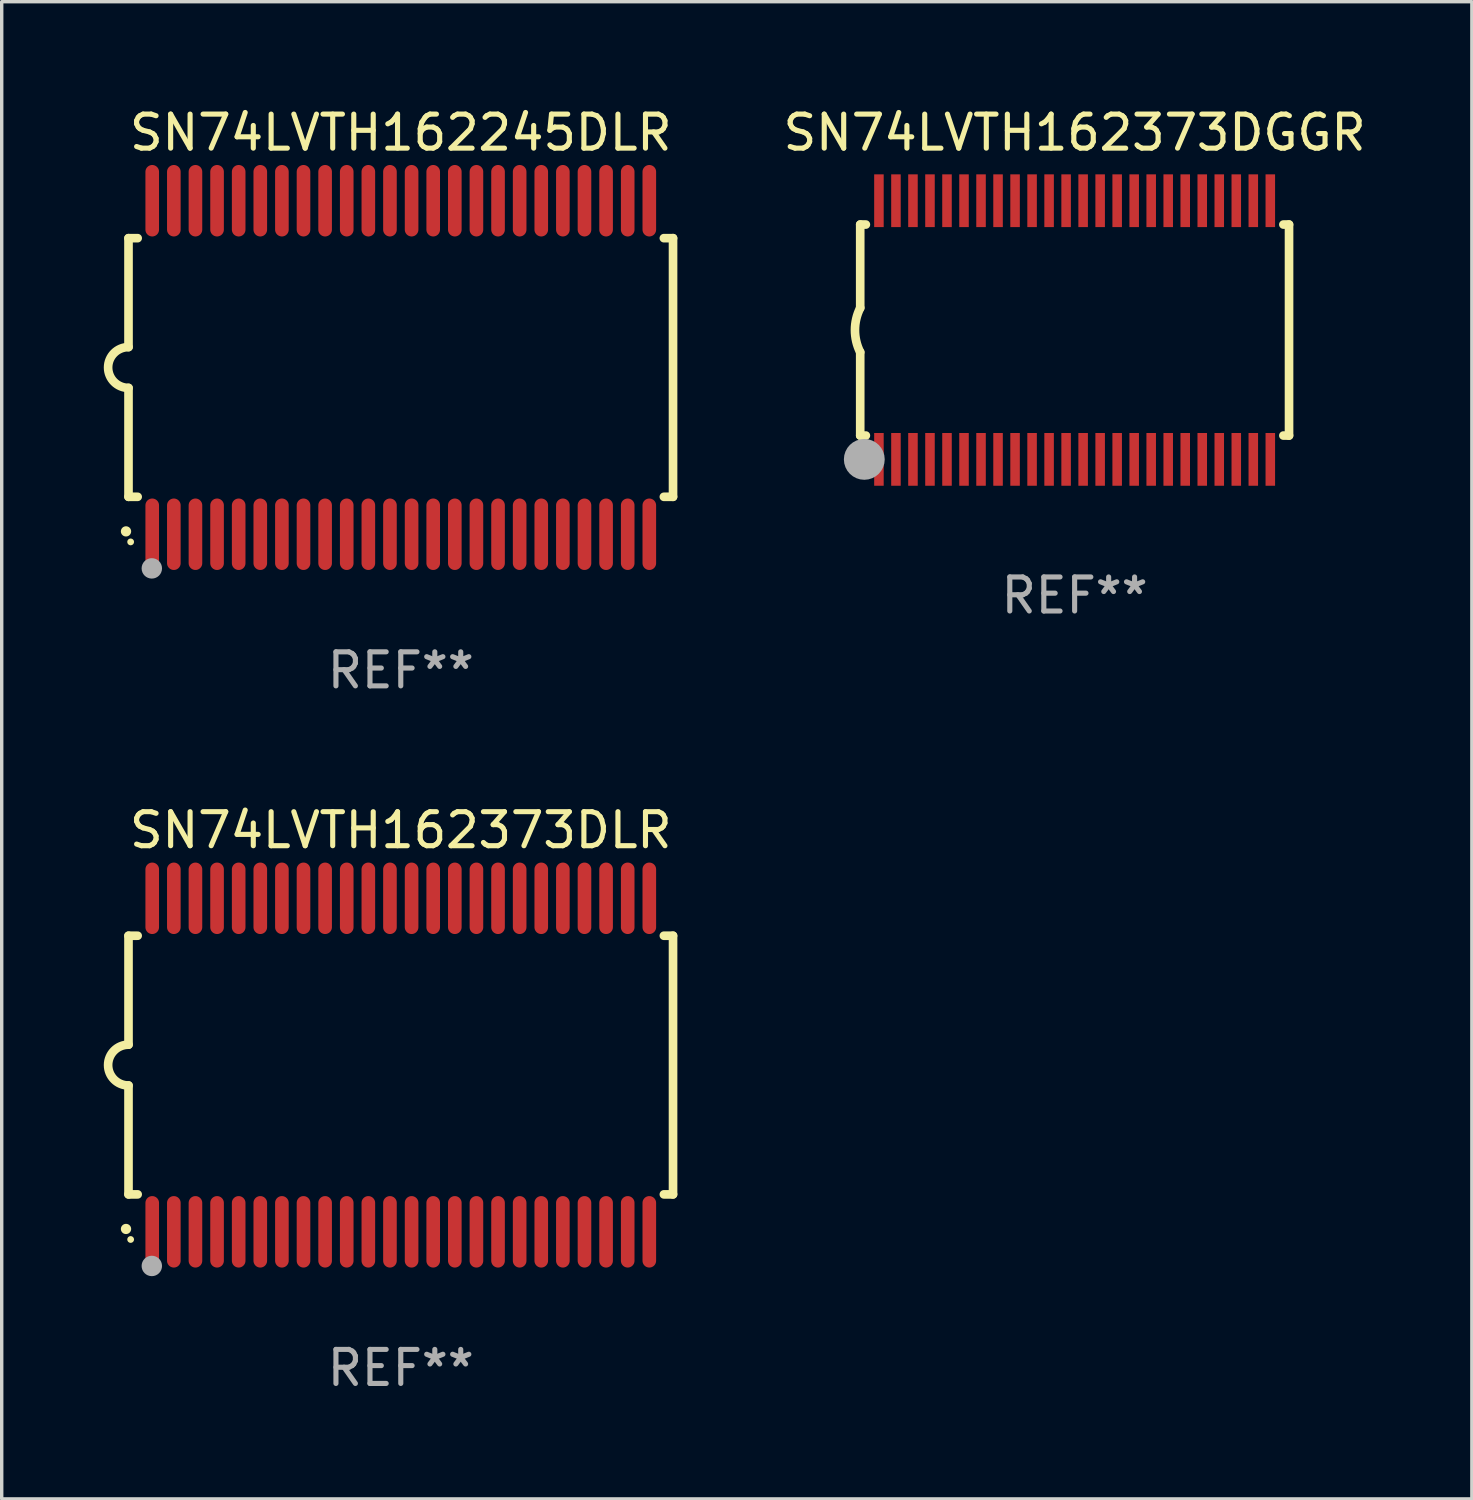
<source format=kicad_pcb>
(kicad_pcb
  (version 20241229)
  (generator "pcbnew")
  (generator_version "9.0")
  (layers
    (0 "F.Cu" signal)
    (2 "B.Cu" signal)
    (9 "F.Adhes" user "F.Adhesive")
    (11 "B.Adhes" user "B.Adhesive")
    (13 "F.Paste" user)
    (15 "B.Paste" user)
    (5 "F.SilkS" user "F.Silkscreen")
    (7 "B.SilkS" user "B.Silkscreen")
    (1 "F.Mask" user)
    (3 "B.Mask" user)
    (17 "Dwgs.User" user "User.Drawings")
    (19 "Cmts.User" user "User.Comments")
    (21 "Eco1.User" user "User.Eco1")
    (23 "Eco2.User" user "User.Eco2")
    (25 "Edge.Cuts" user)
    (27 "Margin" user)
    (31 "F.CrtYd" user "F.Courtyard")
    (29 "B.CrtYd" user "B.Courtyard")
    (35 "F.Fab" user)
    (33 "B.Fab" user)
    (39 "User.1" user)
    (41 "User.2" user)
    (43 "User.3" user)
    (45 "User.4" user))
  (footprint "SN74LVTH162245DLR"
    (layer "F.Cu")
    (at 8.726 7.748)
    (property "Reference" "SN74LVTH162245DLR" (at 0 -6.9 0) (layer "F.SilkS") (effects (font (size 1 1) (thickness 0.15))))
    (attr through_hole)
    (fp_line (start -8 -3.8) (end -8 -0.599) (stroke (width 0.254) (type solid)) (layer "F.SilkS"))
    (fp_line (start -8 -3.8) (end -7.731 -3.8) (stroke (width 0.254) (type solid)) (layer "F.SilkS"))
    (fp_line (start -8 3.8) (end -8 0.599) (stroke (width 0.254) (type solid)) (layer "F.SilkS"))
    (fp_line (start -7.731 3.8) (end -8 3.8) (stroke (width 0.254) (type solid)) (layer "F.SilkS"))
    (fp_line (start 7.731 -3.8) (end 8 -3.8) (stroke (width 0.254) (type solid)) (layer "F.SilkS"))
    (fp_line (start 8 -3.8) (end 8 3.8) (stroke (width 0.254) (type solid)) (layer "F.SilkS"))
    (fp_line (start 8 3.8) (end 7.731 3.8) (stroke (width 0.254) (type solid)) (layer "F.SilkS"))
    (fp_arc (start -8.074676 4.81585) (mid -8.073406 4.815845) (end -8.072136 4.81585) (stroke (width 0.3) (type solid)) (layer "F.SilkS"))
    (fp_arc (start -8.000025 0.6) (mid -8.598908 0.00056) (end -8.000027 -0.598882) (stroke (width 0.254001) (type solid)) (layer "F.SilkS"))
    (fp_circle (center -7.937 5.125) (end -7.887 5.125) (stroke (width 0.1) (type solid)) (fill no) (layer "F.SilkS"))
    (fp_circle (center -7.315 5.903) (end -7.165 5.903) (stroke (width 0.3) (type solid)) (fill no) (layer "F.Fab"))
    (fp_text user "REF**" (at 0 8.9 0) (layer "F.Fab") (effects (font (size 1 1) (thickness 0.15))))
    (pad "1" smd oval (at -7.303 4.9) (size 0.4 2.1) (layers "F.Cu" "F.Mask" "F.Paste"))
    (pad "2" smd oval (at -6.668 4.9) (size 0.4 2.1) (layers "F.Cu" "F.Mask" "F.Paste"))
    (pad "3" smd oval (at -6.033 4.9) (size 0.4 2.1) (layers "F.Cu" "F.Mask" "F.Paste"))
    (pad "4" smd oval (at -5.398 4.9) (size 0.4 2.1) (layers "F.Cu" "F.Mask" "F.Paste"))
    (pad "5" smd oval (at -4.763 4.9) (size 0.4 2.1) (layers "F.Cu" "F.Mask" "F.Paste"))
    (pad "6" smd oval (at -4.128 4.9) (size 0.4 2.1) (layers "F.Cu" "F.Mask" "F.Paste"))
    (pad "7" smd oval (at -3.493 4.9) (size 0.4 2.1) (layers "F.Cu" "F.Mask" "F.Paste"))
    (pad "8" smd oval (at -2.858 4.9) (size 0.4 2.1) (layers "F.Cu" "F.Mask" "F.Paste"))
    (pad "9" smd oval (at -2.223 4.9) (size 0.4 2.1) (layers "F.Cu" "F.Mask" "F.Paste"))
    (pad "10" smd oval (at -1.588 4.9) (size 0.4 2.1) (layers "F.Cu" "F.Mask" "F.Paste"))
    (pad "11" smd oval (at -0.953 4.9) (size 0.4 2.1) (layers "F.Cu" "F.Mask" "F.Paste"))
    (pad "12" smd oval (at -0.318 4.9) (size 0.4 2.1) (layers "F.Cu" "F.Mask" "F.Paste"))
    (pad "13" smd oval (at 0.318 4.9) (size 0.4 2.1) (layers "F.Cu" "F.Mask" "F.Paste"))
    (pad "14" smd oval (at 0.953 4.9) (size 0.4 2.1) (layers "F.Cu" "F.Mask" "F.Paste"))
    (pad "15" smd oval (at 1.588 4.9) (size 0.4 2.1) (layers "F.Cu" "F.Mask" "F.Paste"))
    (pad "16" smd oval (at 2.223 4.9) (size 0.4 2.1) (layers "F.Cu" "F.Mask" "F.Paste"))
    (pad "17" smd oval (at 2.858 4.9) (size 0.4 2.1) (layers "F.Cu" "F.Mask" "F.Paste"))
    (pad "18" smd oval (at 3.493 4.9) (size 0.4 2.1) (layers "F.Cu" "F.Mask" "F.Paste"))
    (pad "19" smd oval (at 4.128 4.9) (size 0.4 2.1) (layers "F.Cu" "F.Mask" "F.Paste"))
    (pad "20" smd oval (at 4.763 4.9) (size 0.4 2.1) (layers "F.Cu" "F.Mask" "F.Paste"))
    (pad "21" smd oval (at 5.398 4.9) (size 0.4 2.1) (layers "F.Cu" "F.Mask" "F.Paste"))
    (pad "22" smd oval (at 6.033 4.9) (size 0.4 2.1) (layers "F.Cu" "F.Mask" "F.Paste"))
    (pad "23" smd oval (at 6.668 4.9) (size 0.4 2.1) (layers "F.Cu" "F.Mask" "F.Paste"))
    (pad "24" smd oval (at 7.303 4.9) (size 0.4 2.1) (layers "F.Cu" "F.Mask" "F.Paste"))
    (pad "25" smd oval (at 7.303 -4.9 180) (size 0.4 2.1) (layers "F.Cu" "F.Mask" "F.Paste"))
    (pad "26" smd oval (at 6.668 -4.9 180) (size 0.4 2.1) (layers "F.Cu" "F.Mask" "F.Paste"))
    (pad "27" smd oval (at 6.033 -4.9 180) (size 0.4 2.1) (layers "F.Cu" "F.Mask" "F.Paste"))
    (pad "28" smd oval (at 5.398 -4.9 180) (size 0.4 2.1) (layers "F.Cu" "F.Mask" "F.Paste"))
    (pad "29" smd oval (at 4.763 -4.9 180) (size 0.4 2.1) (layers "F.Cu" "F.Mask" "F.Paste"))
    (pad "30" smd oval (at 4.128 -4.9 180) (size 0.4 2.1) (layers "F.Cu" "F.Mask" "F.Paste"))
    (pad "31" smd oval (at 3.493 -4.9 180) (size 0.4 2.1) (layers "F.Cu" "F.Mask" "F.Paste"))
    (pad "32" smd oval (at 2.858 -4.9 180) (size 0.4 2.1) (layers "F.Cu" "F.Mask" "F.Paste"))
    (pad "33" smd oval (at 2.223 -4.9 180) (size 0.4 2.1) (layers "F.Cu" "F.Mask" "F.Paste"))
    (pad "34" smd oval (at 1.588 -4.9 180) (size 0.4 2.1) (layers "F.Cu" "F.Mask" "F.Paste"))
    (pad "35" smd oval (at 0.953 -4.9 180) (size 0.4 2.1) (layers "F.Cu" "F.Mask" "F.Paste"))
    (pad "36" smd oval (at 0.318 -4.9 180) (size 0.4 2.1) (layers "F.Cu" "F.Mask" "F.Paste"))
    (pad "37" smd oval (at -0.318 -4.9 180) (size 0.4 2.1) (layers "F.Cu" "F.Mask" "F.Paste"))
    (pad "38" smd oval (at -0.953 -4.9 180) (size 0.4 2.1) (layers "F.Cu" "F.Mask" "F.Paste"))
    (pad "39" smd oval (at -1.588 -4.9 180) (size 0.4 2.1) (layers "F.Cu" "F.Mask" "F.Paste"))
    (pad "40" smd oval (at -2.223 -4.9 180) (size 0.4 2.1) (layers "F.Cu" "F.Mask" "F.Paste"))
    (pad "41" smd oval (at -2.858 -4.9 180) (size 0.4 2.1) (layers "F.Cu" "F.Mask" "F.Paste"))
    (pad "42" smd oval (at -3.493 -4.9 180) (size 0.4 2.1) (layers "F.Cu" "F.Mask" "F.Paste"))
    (pad "43" smd oval (at -4.128 -4.9 180) (size 0.4 2.1) (layers "F.Cu" "F.Mask" "F.Paste"))
    (pad "44" smd oval (at -4.763 -4.9 180) (size 0.4 2.1) (layers "F.Cu" "F.Mask" "F.Paste"))
    (pad "45" smd oval (at -5.398 -4.9 180) (size 0.4 2.1) (layers "F.Cu" "F.Mask" "F.Paste"))
    (pad "46" smd oval (at -6.033 -4.9 180) (size 0.4 2.1) (layers "F.Cu" "F.Mask" "F.Paste"))
    (pad "47" smd oval (at -6.668 -4.9 180) (size 0.4 2.1) (layers "F.Cu" "F.Mask" "F.Paste"))
    (pad "48" smd oval (at -7.303 -4.9 180) (size 0.4 2.1) (layers "F.Cu" "F.Mask" "F.Paste")))
  (footprint "SN74LVTH162373DGGR"
    (layer "F.Cu")
    (at 28.526 6.648)
    (property "Reference" "SN74LVTH162373DGGR" (at 0 -5.8 0) (layer "F.SilkS") (effects (font (size 1 1) (thickness 0.15))))
    (attr through_hole)
    (fp_line (start -6.3 -3.1) (end -6.3 -0.65) (stroke (width 0.254) (type solid)) (layer "F.SilkS"))
    (fp_line (start -6.3 -3.1) (end -6.134 -3.1) (stroke (width 0.254) (type solid)) (layer "F.SilkS"))
    (fp_line (start -6.3 3.1) (end -6.3 0.65) (stroke (width 0.254) (type solid)) (layer "F.SilkS"))
    (fp_line (start -6.3 3.1) (end -6.134 3.1) (stroke (width 0.254) (type solid)) (layer "F.SilkS"))
    (fp_line (start 6.134 -3.1) (end 6.3 -3.1) (stroke (width 0.254) (type solid)) (layer "F.SilkS"))
    (fp_line (start 6.134 3.1) (end 6.3 3.1) (stroke (width 0.254) (type solid)) (layer "F.SilkS"))
    (fp_line (start 6.3 -3.1) (end 6.3 3.1) (stroke (width 0.254) (type solid)) (layer "F.SilkS"))
    (fp_arc (start -6.301016 0.650114) (mid -6.45413 -0.000082) (end -6.3 -0.650038) (stroke (width 0.254001) (type solid)) (layer "F.SilkS"))
    (fp_circle (center -6.35 3.81) (end -6.223 3.81) (stroke (width 0.254) (type solid)) (fill no) (layer "F.SilkS"))
    (fp_circle (center -6.25 4.05) (end -6.22 4.05) (stroke (width 0.06) (type solid)) (fill no) (layer "F.SilkS"))
    (fp_circle (center -6.18 3.8) (end -5.88 3.8) (stroke (width 0.6) (type solid)) (fill no) (layer "F.Fab"))
    (fp_text user "REF**" (at 0 7.8 0) (layer "F.Fab") (effects (font (size 1 1) (thickness 0.15))))
    (pad "1" smd rect (at -5.75 3.8) (size 0.28 1.55) (layers "F.Cu" "F.Mask" "F.Paste"))
    (pad "2" smd rect (at -5.25 3.8) (size 0.28 1.55) (layers "F.Cu" "F.Mask" "F.Paste"))
    (pad "3" smd rect (at -4.75 3.8) (size 0.28 1.55) (layers "F.Cu" "F.Mask" "F.Paste"))
    (pad "4" smd rect (at -4.25 3.8) (size 0.28 1.55) (layers "F.Cu" "F.Mask" "F.Paste"))
    (pad "5" smd rect (at -3.75 3.8) (size 0.28 1.55) (layers "F.Cu" "F.Mask" "F.Paste"))
    (pad "6" smd rect (at -3.25 3.8) (size 0.28 1.55) (layers "F.Cu" "F.Mask" "F.Paste"))
    (pad "7" smd rect (at -2.75 3.8) (size 0.28 1.55) (layers "F.Cu" "F.Mask" "F.Paste"))
    (pad "8" smd rect (at -2.25 3.8) (size 0.28 1.55) (layers "F.Cu" "F.Mask" "F.Paste"))
    (pad "9" smd rect (at -1.75 3.8) (size 0.28 1.55) (layers "F.Cu" "F.Mask" "F.Paste"))
    (pad "10" smd rect (at -1.25 3.8) (size 0.28 1.55) (layers "F.Cu" "F.Mask" "F.Paste"))
    (pad "11" smd rect (at -0.75 3.8) (size 0.28 1.55) (layers "F.Cu" "F.Mask" "F.Paste"))
    (pad "12" smd rect (at -0.25 3.8) (size 0.28 1.55) (layers "F.Cu" "F.Mask" "F.Paste"))
    (pad "13" smd rect (at 0.25 3.8) (size 0.28 1.55) (layers "F.Cu" "F.Mask" "F.Paste"))
    (pad "14" smd rect (at 0.75 3.8) (size 0.28 1.55) (layers "F.Cu" "F.Mask" "F.Paste"))
    (pad "15" smd rect (at 1.25 3.8) (size 0.28 1.55) (layers "F.Cu" "F.Mask" "F.Paste"))
    (pad "16" smd rect (at 1.75 3.8) (size 0.28 1.55) (layers "F.Cu" "F.Mask" "F.Paste"))
    (pad "17" smd rect (at 2.25 3.8) (size 0.28 1.55) (layers "F.Cu" "F.Mask" "F.Paste"))
    (pad "18" smd rect (at 2.75 3.8) (size 0.28 1.55) (layers "F.Cu" "F.Mask" "F.Paste"))
    (pad "19" smd rect (at 3.25 3.8) (size 0.28 1.55) (layers "F.Cu" "F.Mask" "F.Paste"))
    (pad "20" smd rect (at 3.75 3.8) (size 0.28 1.55) (layers "F.Cu" "F.Mask" "F.Paste"))
    (pad "21" smd rect (at 4.25 3.8) (size 0.28 1.55) (layers "F.Cu" "F.Mask" "F.Paste"))
    (pad "22" smd rect (at 4.75 3.8) (size 0.28 1.55) (layers "F.Cu" "F.Mask" "F.Paste"))
    (pad "23" smd rect (at 5.25 3.8) (size 0.28 1.55) (layers "F.Cu" "F.Mask" "F.Paste"))
    (pad "24" smd rect (at 5.75 3.8) (size 0.28 1.55) (layers "F.Cu" "F.Mask" "F.Paste"))
    (pad "25" smd rect (at 5.75 -3.8) (size 0.28 1.55) (layers "F.Cu" "F.Mask" "F.Paste"))
    (pad "26" smd rect (at 5.25 -3.8) (size 0.28 1.55) (layers "F.Cu" "F.Mask" "F.Paste"))
    (pad "27" smd rect (at 4.75 -3.8) (size 0.28 1.55) (layers "F.Cu" "F.Mask" "F.Paste"))
    (pad "28" smd rect (at 4.25 -3.8) (size 0.28 1.55) (layers "F.Cu" "F.Mask" "F.Paste"))
    (pad "29" smd rect (at 3.75 -3.8) (size 0.28 1.55) (layers "F.Cu" "F.Mask" "F.Paste"))
    (pad "30" smd rect (at 3.25 -3.8) (size 0.28 1.55) (layers "F.Cu" "F.Mask" "F.Paste"))
    (pad "31" smd rect (at 2.75 -3.8) (size 0.28 1.55) (layers "F.Cu" "F.Mask" "F.Paste"))
    (pad "32" smd rect (at 2.25 -3.8) (size 0.28 1.55) (layers "F.Cu" "F.Mask" "F.Paste"))
    (pad "33" smd rect (at 1.75 -3.8) (size 0.28 1.55) (layers "F.Cu" "F.Mask" "F.Paste"))
    (pad "34" smd rect (at 1.25 -3.8) (size 0.28 1.55) (layers "F.Cu" "F.Mask" "F.Paste"))
    (pad "35" smd rect (at 0.75 -3.8) (size 0.28 1.55) (layers "F.Cu" "F.Mask" "F.Paste"))
    (pad "36" smd rect (at 0.25 -3.8) (size 0.28 1.55) (layers "F.Cu" "F.Mask" "F.Paste"))
    (pad "37" smd rect (at -0.25 -3.8) (size 0.28 1.55) (layers "F.Cu" "F.Mask" "F.Paste"))
    (pad "38" smd rect (at -0.75 -3.8) (size 0.28 1.55) (layers "F.Cu" "F.Mask" "F.Paste"))
    (pad "39" smd rect (at -1.25 -3.8) (size 0.28 1.55) (layers "F.Cu" "F.Mask" "F.Paste"))
    (pad "40" smd rect (at -1.75 -3.8) (size 0.28 1.55) (layers "F.Cu" "F.Mask" "F.Paste"))
    (pad "41" smd rect (at -2.25 -3.8) (size 0.28 1.55) (layers "F.Cu" "F.Mask" "F.Paste"))
    (pad "42" smd rect (at -2.75 -3.8) (size 0.28 1.55) (layers "F.Cu" "F.Mask" "F.Paste"))
    (pad "43" smd rect (at -3.25 -3.8) (size 0.28 1.55) (layers "F.Cu" "F.Mask" "F.Paste"))
    (pad "44" smd rect (at -3.75 -3.8) (size 0.28 1.55) (layers "F.Cu" "F.Mask" "F.Paste"))
    (pad "45" smd rect (at -4.25 -3.8) (size 0.28 1.55) (layers "F.Cu" "F.Mask" "F.Paste"))
    (pad "46" smd rect (at -4.75 -3.8) (size 0.28 1.55) (layers "F.Cu" "F.Mask" "F.Paste"))
    (pad "47" smd rect (at -5.25 -3.8) (size 0.28 1.55) (layers "F.Cu" "F.Mask" "F.Paste"))
    (pad "48" smd rect (at -5.75 -3.8) (size 0.28 1.55) (layers "F.Cu" "F.Mask" "F.Paste")))
  (footprint "SN74LVTH162373DLR"
    (layer "F.Cu")
    (at 8.726 28.245)
    (property "Reference" "SN74LVTH162373DLR" (at 0 -6.9 0) (layer "F.SilkS") (effects (font (size 1 1) (thickness 0.15))))
    (attr through_hole)
    (fp_line (start -8 -3.8) (end -8 -0.599) (stroke (width 0.254) (type solid)) (layer "F.SilkS"))
    (fp_line (start -8 -3.8) (end -7.731 -3.8) (stroke (width 0.254) (type solid)) (layer "F.SilkS"))
    (fp_line (start -8 3.8) (end -8 0.599) (stroke (width 0.254) (type solid)) (layer "F.SilkS"))
    (fp_line (start -7.731 3.8) (end -8 3.8) (stroke (width 0.254) (type solid)) (layer "F.SilkS"))
    (fp_line (start 7.731 -3.8) (end 8 -3.8) (stroke (width 0.254) (type solid)) (layer "F.SilkS"))
    (fp_line (start 8 -3.8) (end 8 3.8) (stroke (width 0.254) (type solid)) (layer "F.SilkS"))
    (fp_line (start 8 3.8) (end 7.731 3.8) (stroke (width 0.254) (type solid)) (layer "F.SilkS"))
    (fp_arc (start -8.074676 4.81585) (mid -8.073406 4.815845) (end -8.072136 4.81585) (stroke (width 0.3) (type solid)) (layer "F.SilkS"))
    (fp_arc (start -8.000025 0.6) (mid -8.598908 0.00056) (end -8.000027 -0.598882) (stroke (width 0.254001) (type solid)) (layer "F.SilkS"))
    (fp_circle (center -7.937 5.125) (end -7.887 5.125) (stroke (width 0.1) (type solid)) (fill no) (layer "F.SilkS"))
    (fp_circle (center -7.315 5.903) (end -7.165 5.903) (stroke (width 0.3) (type solid)) (fill no) (layer "F.Fab"))
    (fp_text user "REF**" (at 0 8.9 0) (layer "F.Fab") (effects (font (size 1 1) (thickness 0.15))))
    (pad "1" smd oval (at -7.303 4.9) (size 0.4 2.1) (layers "F.Cu" "F.Mask" "F.Paste"))
    (pad "2" smd oval (at -6.668 4.9) (size 0.4 2.1) (layers "F.Cu" "F.Mask" "F.Paste"))
    (pad "3" smd oval (at -6.033 4.9) (size 0.4 2.1) (layers "F.Cu" "F.Mask" "F.Paste"))
    (pad "4" smd oval (at -5.398 4.9) (size 0.4 2.1) (layers "F.Cu" "F.Mask" "F.Paste"))
    (pad "5" smd oval (at -4.763 4.9) (size 0.4 2.1) (layers "F.Cu" "F.Mask" "F.Paste"))
    (pad "6" smd oval (at -4.128 4.9) (size 0.4 2.1) (layers "F.Cu" "F.Mask" "F.Paste"))
    (pad "7" smd oval (at -3.493 4.9) (size 0.4 2.1) (layers "F.Cu" "F.Mask" "F.Paste"))
    (pad "8" smd oval (at -2.858 4.9) (size 0.4 2.1) (layers "F.Cu" "F.Mask" "F.Paste"))
    (pad "9" smd oval (at -2.223 4.9) (size 0.4 2.1) (layers "F.Cu" "F.Mask" "F.Paste"))
    (pad "10" smd oval (at -1.588 4.9) (size 0.4 2.1) (layers "F.Cu" "F.Mask" "F.Paste"))
    (pad "11" smd oval (at -0.953 4.9) (size 0.4 2.1) (layers "F.Cu" "F.Mask" "F.Paste"))
    (pad "12" smd oval (at -0.318 4.9) (size 0.4 2.1) (layers "F.Cu" "F.Mask" "F.Paste"))
    (pad "13" smd oval (at 0.318 4.9) (size 0.4 2.1) (layers "F.Cu" "F.Mask" "F.Paste"))
    (pad "14" smd oval (at 0.953 4.9) (size 0.4 2.1) (layers "F.Cu" "F.Mask" "F.Paste"))
    (pad "15" smd oval (at 1.588 4.9) (size 0.4 2.1) (layers "F.Cu" "F.Mask" "F.Paste"))
    (pad "16" smd oval (at 2.223 4.9) (size 0.4 2.1) (layers "F.Cu" "F.Mask" "F.Paste"))
    (pad "17" smd oval (at 2.858 4.9) (size 0.4 2.1) (layers "F.Cu" "F.Mask" "F.Paste"))
    (pad "18" smd oval (at 3.493 4.9) (size 0.4 2.1) (layers "F.Cu" "F.Mask" "F.Paste"))
    (pad "19" smd oval (at 4.128 4.9) (size 0.4 2.1) (layers "F.Cu" "F.Mask" "F.Paste"))
    (pad "20" smd oval (at 4.763 4.9) (size 0.4 2.1) (layers "F.Cu" "F.Mask" "F.Paste"))
    (pad "21" smd oval (at 5.398 4.9) (size 0.4 2.1) (layers "F.Cu" "F.Mask" "F.Paste"))
    (pad "22" smd oval (at 6.033 4.9) (size 0.4 2.1) (layers "F.Cu" "F.Mask" "F.Paste"))
    (pad "23" smd oval (at 6.668 4.9) (size 0.4 2.1) (layers "F.Cu" "F.Mask" "F.Paste"))
    (pad "24" smd oval (at 7.303 4.9) (size 0.4 2.1) (layers "F.Cu" "F.Mask" "F.Paste"))
    (pad "25" smd oval (at 7.303 -4.9 180) (size 0.4 2.1) (layers "F.Cu" "F.Mask" "F.Paste"))
    (pad "26" smd oval (at 6.668 -4.9 180) (size 0.4 2.1) (layers "F.Cu" "F.Mask" "F.Paste"))
    (pad "27" smd oval (at 6.033 -4.9 180) (size 0.4 2.1) (layers "F.Cu" "F.Mask" "F.Paste"))
    (pad "28" smd oval (at 5.398 -4.9 180) (size 0.4 2.1) (layers "F.Cu" "F.Mask" "F.Paste"))
    (pad "29" smd oval (at 4.763 -4.9 180) (size 0.4 2.1) (layers "F.Cu" "F.Mask" "F.Paste"))
    (pad "30" smd oval (at 4.128 -4.9 180) (size 0.4 2.1) (layers "F.Cu" "F.Mask" "F.Paste"))
    (pad "31" smd oval (at 3.493 -4.9 180) (size 0.4 2.1) (layers "F.Cu" "F.Mask" "F.Paste"))
    (pad "32" smd oval (at 2.858 -4.9 180) (size 0.4 2.1) (layers "F.Cu" "F.Mask" "F.Paste"))
    (pad "33" smd oval (at 2.223 -4.9 180) (size 0.4 2.1) (layers "F.Cu" "F.Mask" "F.Paste"))
    (pad "34" smd oval (at 1.588 -4.9 180) (size 0.4 2.1) (layers "F.Cu" "F.Mask" "F.Paste"))
    (pad "35" smd oval (at 0.953 -4.9 180) (size 0.4 2.1) (layers "F.Cu" "F.Mask" "F.Paste"))
    (pad "36" smd oval (at 0.318 -4.9 180) (size 0.4 2.1) (layers "F.Cu" "F.Mask" "F.Paste"))
    (pad "37" smd oval (at -0.318 -4.9 180) (size 0.4 2.1) (layers "F.Cu" "F.Mask" "F.Paste"))
    (pad "38" smd oval (at -0.953 -4.9 180) (size 0.4 2.1) (layers "F.Cu" "F.Mask" "F.Paste"))
    (pad "39" smd oval (at -1.588 -4.9 180) (size 0.4 2.1) (layers "F.Cu" "F.Mask" "F.Paste"))
    (pad "40" smd oval (at -2.223 -4.9 180) (size 0.4 2.1) (layers "F.Cu" "F.Mask" "F.Paste"))
    (pad "41" smd oval (at -2.858 -4.9 180) (size 0.4 2.1) (layers "F.Cu" "F.Mask" "F.Paste"))
    (pad "42" smd oval (at -3.493 -4.9 180) (size 0.4 2.1) (layers "F.Cu" "F.Mask" "F.Paste"))
    (pad "43" smd oval (at -4.128 -4.9 180) (size 0.4 2.1) (layers "F.Cu" "F.Mask" "F.Paste"))
    (pad "44" smd oval (at -4.763 -4.9 180) (size 0.4 2.1) (layers "F.Cu" "F.Mask" "F.Paste"))
    (pad "45" smd oval (at -5.398 -4.9 180) (size 0.4 2.1) (layers "F.Cu" "F.Mask" "F.Paste"))
    (pad "46" smd oval (at -6.033 -4.9 180) (size 0.4 2.1) (layers "F.Cu" "F.Mask" "F.Paste"))
    (pad "47" smd oval (at -6.668 -4.9 180) (size 0.4 2.1) (layers "F.Cu" "F.Mask" "F.Paste"))
    (pad "48" smd oval (at -7.303 -4.9 180) (size 0.4 2.1) (layers "F.Cu" "F.Mask" "F.Paste")))
  (gr_rect
    (start -3 -3)
    (end 40.198 40.993)
    (stroke (width 0.1) (type default))
    (fill no)
    (layer "Edge.Cuts")))
</source>
